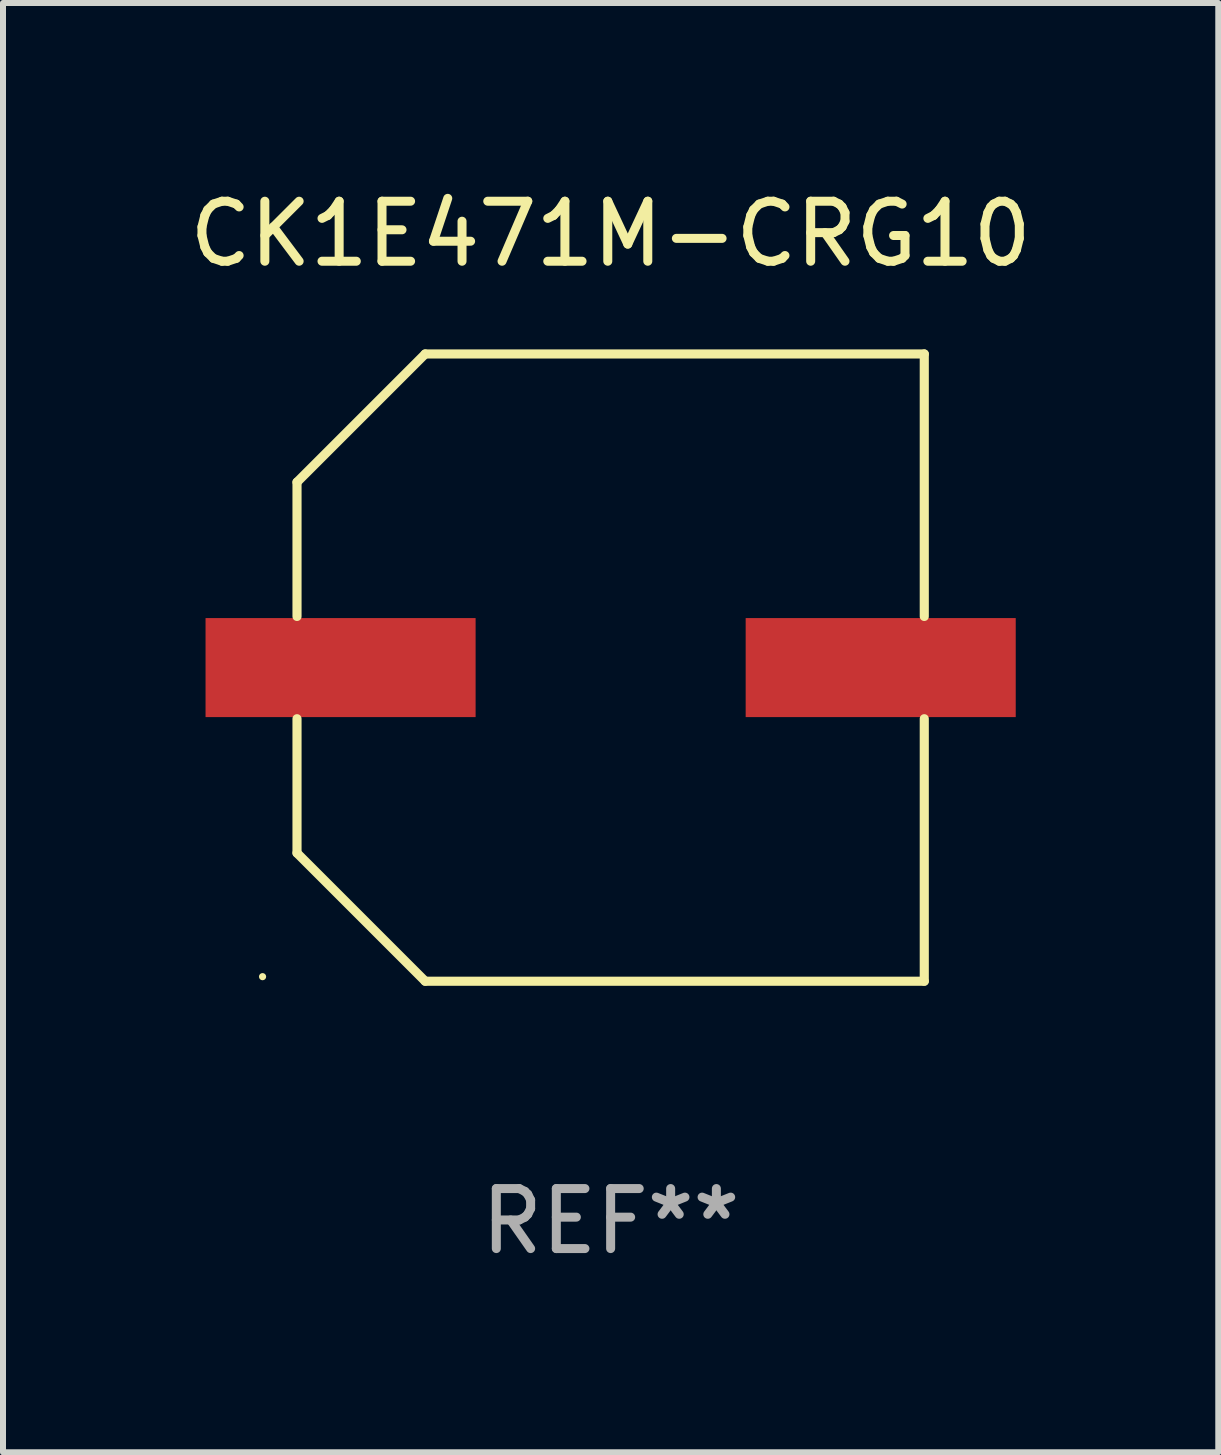
<source format=kicad_pcb>
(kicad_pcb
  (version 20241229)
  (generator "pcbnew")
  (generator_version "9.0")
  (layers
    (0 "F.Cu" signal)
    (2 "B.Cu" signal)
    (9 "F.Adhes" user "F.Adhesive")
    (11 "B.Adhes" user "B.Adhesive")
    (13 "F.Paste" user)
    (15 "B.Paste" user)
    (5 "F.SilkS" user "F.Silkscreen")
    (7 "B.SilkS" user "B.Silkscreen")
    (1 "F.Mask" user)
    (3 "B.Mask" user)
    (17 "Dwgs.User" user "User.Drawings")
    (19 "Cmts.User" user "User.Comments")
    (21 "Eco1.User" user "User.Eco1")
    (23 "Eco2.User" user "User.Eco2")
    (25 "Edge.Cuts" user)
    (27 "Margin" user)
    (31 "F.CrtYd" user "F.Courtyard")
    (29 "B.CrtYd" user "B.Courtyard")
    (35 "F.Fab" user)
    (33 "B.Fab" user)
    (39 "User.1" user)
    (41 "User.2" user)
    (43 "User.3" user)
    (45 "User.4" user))
  (footprint "CK1E471M-CRG10"
    (layer "F.Cu")
    (at 7.125 8.074)
    (property "Reference" "CK1E471M-CRG10" (at 0 -7.226 0) (layer "F.SilkS") (effects (font (size 1 1) (thickness 0.15))))
    (attr through_hole)
    (fp_line (start -5.226 -3.09) (end -5.226 -0.852) (stroke (width 0.152) (type solid)) (layer "F.SilkS"))
    (fp_line (start -5.226 3.09) (end -5.226 0.852) (stroke (width 0.152) (type solid)) (layer "F.SilkS"))
    (fp_line (start -3.09 -5.226) (end -5.226 -3.09) (stroke (width 0.152) (type solid)) (layer "F.SilkS"))
    (fp_line (start -3.09 5.226) (end -5.226 3.09) (stroke (width 0.152) (type solid)) (layer "F.SilkS"))
    (fp_line (start 5.226 -5.226) (end -3.09 -5.226) (stroke (width 0.152) (type solid)) (layer "F.SilkS"))
    (fp_line (start 5.226 -0.852) (end 5.226 -5.226) (stroke (width 0.152) (type solid)) (layer "F.SilkS"))
    (fp_line (start 5.226 0.852) (end 5.226 5.226) (stroke (width 0.152) (type solid)) (layer "F.SilkS"))
    (fp_line (start 5.226 5.226) (end -3.09 5.226) (stroke (width 0.152) (type solid)) (layer "F.SilkS"))
    (fp_circle (center -5.8 5.15) (end -5.77 5.15) (stroke (width 0.06) (type solid)) (fill no) (layer "F.SilkS"))
    (fp_text user "REF**" (at 0 9.226 0) (layer "F.Fab") (effects (font (size 1 1) (thickness 0.15))))
    (pad "1" smd rect (at -4.5 0) (size 4.5 1.65) (layers "F.Cu" "F.Mask" "F.Paste"))
    (pad "2" smd rect (at 4.5 0) (size 4.5 1.65) (layers "F.Cu" "F.Mask" "F.Paste")))
  (gr_rect
    (start -3 -3)
    (end 17.25 21.149)
    (stroke (width 0.1) (type default))
    (fill no)
    (layer "Edge.Cuts")))
</source>
